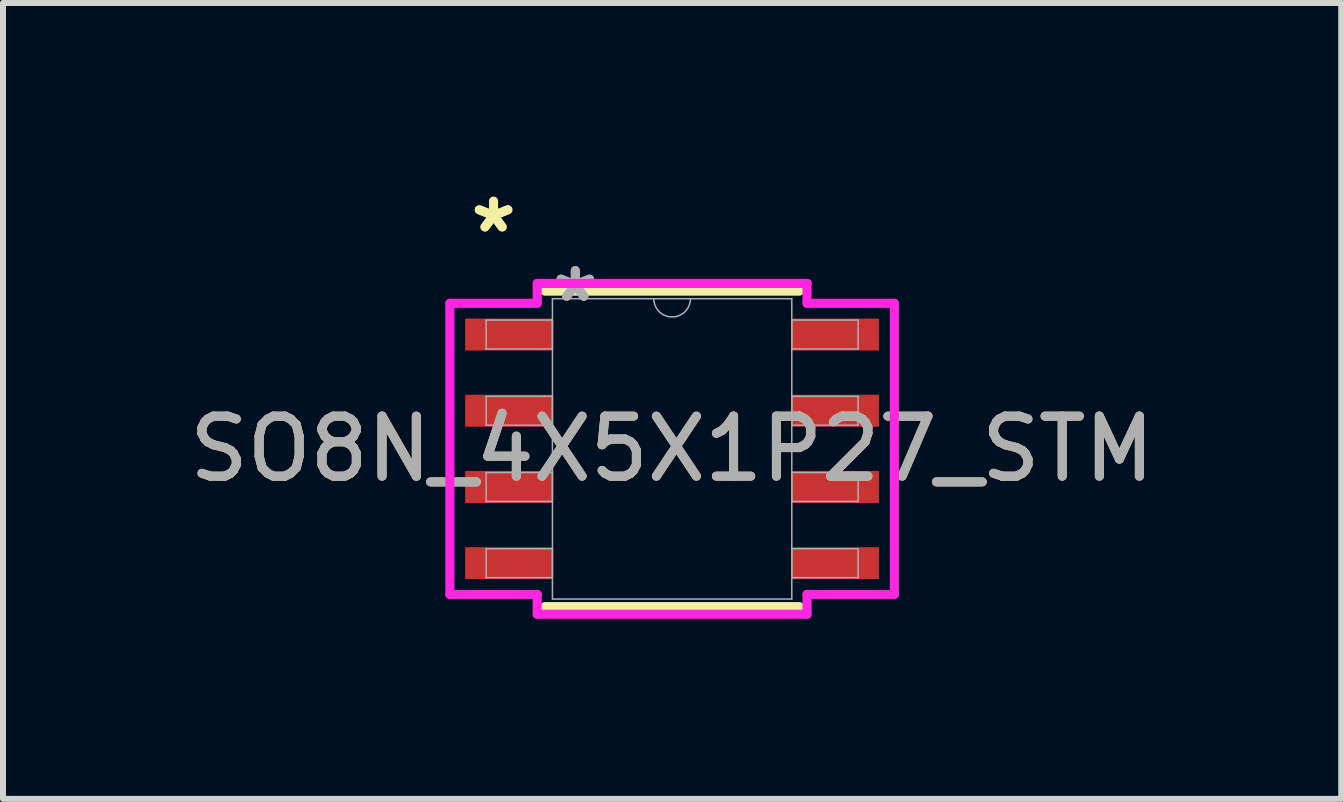
<source format=kicad_pcb>
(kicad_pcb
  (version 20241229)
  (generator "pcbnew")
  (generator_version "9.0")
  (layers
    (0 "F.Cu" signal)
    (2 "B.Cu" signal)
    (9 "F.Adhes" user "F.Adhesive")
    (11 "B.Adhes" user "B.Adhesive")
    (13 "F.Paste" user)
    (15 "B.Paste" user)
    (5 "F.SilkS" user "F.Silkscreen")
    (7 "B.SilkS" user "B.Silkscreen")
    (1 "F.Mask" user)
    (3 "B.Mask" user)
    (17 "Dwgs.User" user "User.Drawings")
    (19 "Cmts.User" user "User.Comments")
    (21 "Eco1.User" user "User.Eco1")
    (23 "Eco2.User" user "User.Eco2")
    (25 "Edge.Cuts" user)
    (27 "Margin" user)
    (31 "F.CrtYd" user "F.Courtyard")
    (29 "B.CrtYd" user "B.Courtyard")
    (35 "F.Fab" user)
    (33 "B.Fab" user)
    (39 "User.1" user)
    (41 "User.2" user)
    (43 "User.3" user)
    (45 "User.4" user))
  (footprint "SO8N_4X5X1P27_STM"
    (layer "F.Cu")
    (at 8.149 4.429)
    (property "Reference" "SO8N_4X5X1P27_STM" (at 0 0 0) (unlocked yes) (layer "F.SilkS") (effects (font (size 1 1) (thickness 0.15))))
    (attr smd)
    (fp_line (start -2.121 2.629) (end 2.121 2.629) (stroke (width 0.152) (type solid)) (layer "F.SilkS"))
    (fp_line (start 2.121 -2.629) (end -2.121 -2.629) (stroke (width 0.152) (type solid)) (layer "F.SilkS"))
    (fp_line (start -3.703 -2.425) (end -2.248 -2.425) (stroke (width 0.152) (type solid)) (layer "F.CrtYd"))
    (fp_line (start -3.703 2.425) (end -3.703 -2.425) (stroke (width 0.152) (type solid)) (layer "F.CrtYd"))
    (fp_line (start -3.703 2.425) (end -2.248 2.425) (stroke (width 0.152) (type solid)) (layer "F.CrtYd"))
    (fp_line (start -2.248 -2.756) (end 2.248 -2.756) (stroke (width 0.152) (type solid)) (layer "F.CrtYd"))
    (fp_line (start -2.248 -2.425) (end -2.248 -2.756) (stroke (width 0.152) (type solid)) (layer "F.CrtYd"))
    (fp_line (start -2.248 2.756) (end -2.248 2.425) (stroke (width 0.152) (type solid)) (layer "F.CrtYd"))
    (fp_line (start 2.248 -2.756) (end 2.248 -2.425) (stroke (width 0.152) (type solid)) (layer "F.CrtYd"))
    (fp_line (start 2.248 2.425) (end 2.248 2.756) (stroke (width 0.152) (type solid)) (layer "F.CrtYd"))
    (fp_line (start 2.248 2.756) (end -2.248 2.756) (stroke (width 0.152) (type solid)) (layer "F.CrtYd"))
    (fp_line (start 3.703 -2.425) (end 2.248 -2.425) (stroke (width 0.152) (type solid)) (layer "F.CrtYd"))
    (fp_line (start 3.703 -2.425) (end 3.703 2.425) (stroke (width 0.152) (type solid)) (layer "F.CrtYd"))
    (fp_line (start 3.703 2.425) (end 2.248 2.425) (stroke (width 0.152) (type solid)) (layer "F.CrtYd"))
    (fp_line (start -3.099 -2.146) (end -3.099 -1.664) (stroke (width 0.025) (type solid)) (layer "F.Fab"))
    (fp_line (start -3.099 -1.664) (end -1.994 -1.664) (stroke (width 0.025) (type solid)) (layer "F.Fab"))
    (fp_line (start -3.099 -0.876) (end -3.099 -0.394) (stroke (width 0.025) (type solid)) (layer "F.Fab"))
    (fp_line (start -3.099 -0.394) (end -1.994 -0.394) (stroke (width 0.025) (type solid)) (layer "F.Fab"))
    (fp_line (start -3.099 0.394) (end -3.099 0.876) (stroke (width 0.025) (type solid)) (layer "F.Fab"))
    (fp_line (start -3.099 0.876) (end -1.994 0.876) (stroke (width 0.025) (type solid)) (layer "F.Fab"))
    (fp_line (start -3.099 1.664) (end -3.099 2.146) (stroke (width 0.025) (type solid)) (layer "F.Fab"))
    (fp_line (start -3.099 2.146) (end -1.994 2.146) (stroke (width 0.025) (type solid)) (layer "F.Fab"))
    (fp_line (start -1.994 -2.502) (end -1.994 2.502) (stroke (width 0.025) (type solid)) (layer "F.Fab"))
    (fp_line (start -1.994 -2.146) (end -3.099 -2.146) (stroke (width 0.025) (type solid)) (layer "F.Fab"))
    (fp_line (start -1.994 -1.664) (end -1.994 -2.146) (stroke (width 0.025) (type solid)) (layer "F.Fab"))
    (fp_line (start -1.994 -0.876) (end -3.099 -0.876) (stroke (width 0.025) (type solid)) (layer "F.Fab"))
    (fp_line (start -1.994 -0.394) (end -1.994 -0.876) (stroke (width 0.025) (type solid)) (layer "F.Fab"))
    (fp_line (start -1.994 0.394) (end -3.099 0.394) (stroke (width 0.025) (type solid)) (layer "F.Fab"))
    (fp_line (start -1.994 0.876) (end -1.994 0.394) (stroke (width 0.025) (type solid)) (layer "F.Fab"))
    (fp_line (start -1.994 1.664) (end -3.099 1.664) (stroke (width 0.025) (type solid)) (layer "F.Fab"))
    (fp_line (start -1.994 2.146) (end -1.994 1.664) (stroke (width 0.025) (type solid)) (layer "F.Fab"))
    (fp_line (start -1.994 2.502) (end 1.994 2.502) (stroke (width 0.025) (type solid)) (layer "F.Fab"))
    (fp_line (start 1.994 -2.502) (end -1.994 -2.502) (stroke (width 0.025) (type solid)) (layer "F.Fab"))
    (fp_line (start 1.994 -2.146) (end 1.994 -1.664) (stroke (width 0.025) (type solid)) (layer "F.Fab"))
    (fp_line (start 1.994 -1.664) (end 3.099 -1.664) (stroke (width 0.025) (type solid)) (layer "F.Fab"))
    (fp_line (start 1.994 -0.876) (end 1.994 -0.394) (stroke (width 0.025) (type solid)) (layer "F.Fab"))
    (fp_line (start 1.994 -0.394) (end 3.099 -0.394) (stroke (width 0.025) (type solid)) (layer "F.Fab"))
    (fp_line (start 1.994 0.394) (end 1.994 0.876) (stroke (width 0.025) (type solid)) (layer "F.Fab"))
    (fp_line (start 1.994 0.876) (end 3.099 0.876) (stroke (width 0.025) (type solid)) (layer "F.Fab"))
    (fp_line (start 1.994 1.664) (end 1.994 2.146) (stroke (width 0.025) (type solid)) (layer "F.Fab"))
    (fp_line (start 1.994 2.146) (end 3.099 2.146) (stroke (width 0.025) (type solid)) (layer "F.Fab"))
    (fp_line (start 1.994 2.502) (end 1.994 -2.502) (stroke (width 0.025) (type solid)) (layer "F.Fab"))
    (fp_line (start 3.099 -2.146) (end 1.994 -2.146) (stroke (width 0.025) (type solid)) (layer "F.Fab"))
    (fp_line (start 3.099 -1.664) (end 3.099 -2.146) (stroke (width 0.025) (type solid)) (layer "F.Fab"))
    (fp_line (start 3.099 -0.876) (end 1.994 -0.876) (stroke (width 0.025) (type solid)) (layer "F.Fab"))
    (fp_line (start 3.099 -0.394) (end 3.099 -0.876) (stroke (width 0.025) (type solid)) (layer "F.Fab"))
    (fp_line (start 3.099 0.394) (end 1.994 0.394) (stroke (width 0.025) (type solid)) (layer "F.Fab"))
    (fp_line (start 3.099 0.876) (end 3.099 0.394) (stroke (width 0.025) (type solid)) (layer "F.Fab"))
    (fp_line (start 3.099 1.664) (end 1.994 1.664) (stroke (width 0.025) (type solid)) (layer "F.Fab"))
    (fp_line (start 3.099 2.146) (end 3.099 1.664) (stroke (width 0.025) (type solid)) (layer "F.Fab"))
    (fp_arc (start 0.3048 -2.5019) (mid 0 -2.1971) (end -0.3048 -2.5019) (stroke (width 0.0254) (type solid)) (layer "F.Fab"))
    (fp_text user "*" (at -2.975 -3.581 0) (unlocked yes) (layer "F.SilkS") (effects (font (size 1 1) (thickness 0.15))))
    (fp_text user "*" (at -2.975 -3.581 0) (layer "F.SilkS") (effects (font (size 1 1) (thickness 0.15))))
    (fp_text user "${REFERENCE}" (at 0 0 0) (unlocked yes) (layer "F.Fab") (effects (font (size 1 1) (thickness 0.15))))
    (fp_text user "*" (at -1.613 -2.426 0) (layer "F.Fab") (effects (font (size 1 1) (thickness 0.15))))
    (fp_text user "*" (at -1.613 -2.426 0) (unlocked yes) (layer "F.Fab") (effects (font (size 1 1) (thickness 0.15))))
    (pad "1" smd rect (at -2.721 -1.905) (size 1.455 0.533) (layers "F.Cu" "F.Mask" "F.Paste"))
    (pad "2" smd rect (at -2.721 -0.635) (size 1.455 0.533) (layers "F.Cu" "F.Mask" "F.Paste"))
    (pad "3" smd rect (at -2.721 0.635) (size 1.455 0.533) (layers "F.Cu" "F.Mask" "F.Paste"))
    (pad "4" smd rect (at -2.721 1.905) (size 1.455 0.533) (layers "F.Cu" "F.Mask" "F.Paste"))
    (pad "5" smd rect (at 2.721 1.905) (size 1.455 0.533) (layers "F.Cu" "F.Mask" "F.Paste"))
    (pad "6" smd rect (at 2.721 0.635) (size 1.455 0.533) (layers "F.Cu" "F.Mask" "F.Paste"))
    (pad "7" smd rect (at 2.721 -0.635) (size 1.455 0.533) (layers "F.Cu" "F.Mask" "F.Paste"))
    (pad "8" smd rect (at 2.721 -1.905) (size 1.455 0.533) (layers "F.Cu" "F.Mask" "F.Paste")))
  (gr_rect
    (start -3 -3)
    (end 19.298 10.261)
    (stroke (width 0.1) (type default))
    (fill no)
    (layer "Edge.Cuts")))
</source>
